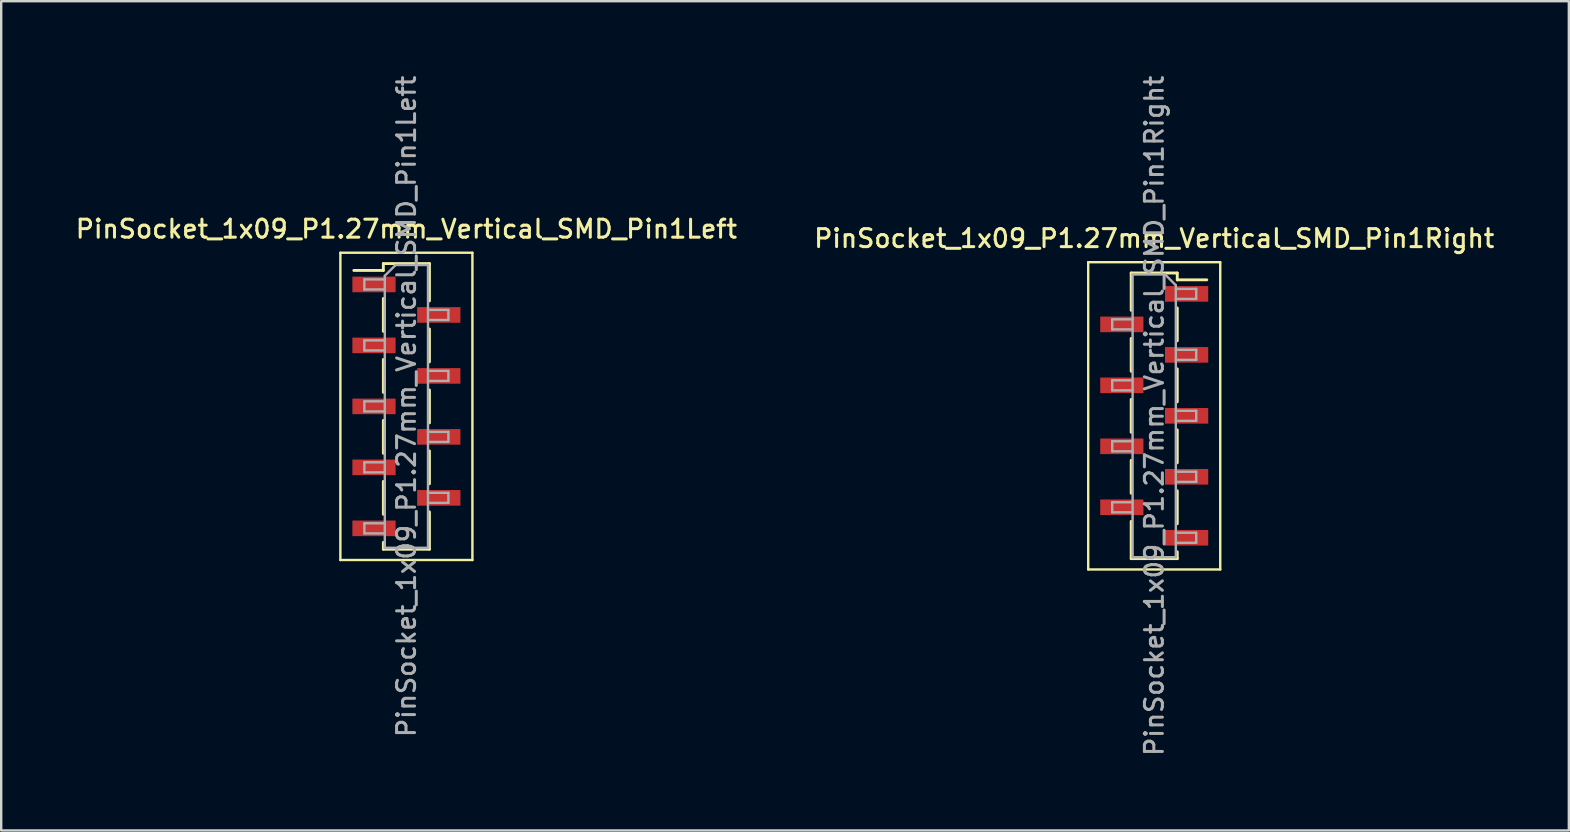
<source format=kicad_pcb>
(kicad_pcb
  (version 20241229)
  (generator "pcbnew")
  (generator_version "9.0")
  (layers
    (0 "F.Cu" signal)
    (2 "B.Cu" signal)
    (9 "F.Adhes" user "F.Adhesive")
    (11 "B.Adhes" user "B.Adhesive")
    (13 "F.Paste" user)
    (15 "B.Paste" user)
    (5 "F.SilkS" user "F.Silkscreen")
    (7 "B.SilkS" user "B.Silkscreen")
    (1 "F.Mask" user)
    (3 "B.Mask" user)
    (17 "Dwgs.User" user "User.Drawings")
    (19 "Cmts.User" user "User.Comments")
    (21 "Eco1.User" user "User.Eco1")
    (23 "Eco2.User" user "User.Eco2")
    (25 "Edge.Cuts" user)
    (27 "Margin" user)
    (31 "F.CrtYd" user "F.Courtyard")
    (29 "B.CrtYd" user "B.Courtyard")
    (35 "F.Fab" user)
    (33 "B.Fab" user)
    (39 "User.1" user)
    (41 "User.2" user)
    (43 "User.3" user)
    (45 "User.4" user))
  (footprint "PinSocket_1x09_P1.27mm_Vertical_SMD_Pin1Left"
    (layer "F.Cu")
    (at 13.88 13.88)
    (property "Reference" "PinSocket_1x09_P1.27mm_Vertical_SMD_Pin1Left" (at 0 -7.39 0) (layer "F.SilkS") (effects (font (size 0.75 0.75) (thickness 0.125))))
    (attr smd)
    (fp_line (start -2.75 -6.4) (end 2.75 -6.4) (stroke (width 0.1) (type solid)) (layer "F.SilkS"))
    (fp_line (start -2.75 6.4) (end -2.75 -6.4) (stroke (width 0.1) (type solid)) (layer "F.SilkS"))
    (fp_line (start -2.19 -5.665) (end -0.96 -5.665) (stroke (width 0.12) (type solid)) (layer "F.SilkS"))
    (fp_line (start -0.96 -5.95) (end -0.96 -5.665) (stroke (width 0.12) (type solid)) (layer "F.SilkS"))
    (fp_line (start -0.96 -5.95) (end 0.96 -5.95) (stroke (width 0.12) (type solid)) (layer "F.SilkS"))
    (fp_line (start -0.96 -4.495) (end -0.96 -3.125) (stroke (width 0.12) (type solid)) (layer "F.SilkS"))
    (fp_line (start -0.96 -1.955) (end -0.96 -0.585) (stroke (width 0.12) (type solid)) (layer "F.SilkS"))
    (fp_line (start -0.96 0.585) (end -0.96 1.955) (stroke (width 0.12) (type solid)) (layer "F.SilkS"))
    (fp_line (start -0.96 3.125) (end -0.96 4.495) (stroke (width 0.12) (type solid)) (layer "F.SilkS"))
    (fp_line (start -0.96 5.665) (end -0.96 5.95) (stroke (width 0.12) (type solid)) (layer "F.SilkS"))
    (fp_line (start -0.96 5.95) (end 0.96 5.95) (stroke (width 0.12) (type solid)) (layer "F.SilkS"))
    (fp_line (start 0.96 -5.95) (end 0.96 -4.395) (stroke (width 0.12) (type solid)) (layer "F.SilkS"))
    (fp_line (start 0.96 -3.225) (end 0.96 -1.855) (stroke (width 0.12) (type solid)) (layer "F.SilkS"))
    (fp_line (start 0.96 -0.685) (end 0.96 0.685) (stroke (width 0.12) (type solid)) (layer "F.SilkS"))
    (fp_line (start 0.96 1.855) (end 0.96 3.225) (stroke (width 0.12) (type solid)) (layer "F.SilkS"))
    (fp_line (start 0.96 4.395) (end 0.96 5.95) (stroke (width 0.12) (type solid)) (layer "F.SilkS"))
    (fp_line (start 2.75 -6.4) (end 2.75 6.4) (stroke (width 0.1) (type solid)) (layer "F.SilkS"))
    (fp_line (start 2.75 6.4) (end -2.75 6.4) (stroke (width 0.1) (type solid)) (layer "F.SilkS"))
    (fp_line (start -1.75 -5.29) (end -0.9 -5.29) (stroke (width 0.1) (type solid)) (layer "F.Fab"))
    (fp_line (start -1.75 -4.87) (end -1.75 -5.29) (stroke (width 0.1) (type solid)) (layer "F.Fab"))
    (fp_line (start -1.75 -2.75) (end -0.9 -2.75) (stroke (width 0.1) (type solid)) (layer "F.Fab"))
    (fp_line (start -1.75 -2.33) (end -1.75 -2.75) (stroke (width 0.1) (type solid)) (layer "F.Fab"))
    (fp_line (start -1.75 -0.21) (end -0.9 -0.21) (stroke (width 0.1) (type solid)) (layer "F.Fab"))
    (fp_line (start -1.75 0.21) (end -1.75 -0.21) (stroke (width 0.1) (type solid)) (layer "F.Fab"))
    (fp_line (start -1.75 2.33) (end -0.9 2.33) (stroke (width 0.1) (type solid)) (layer "F.Fab"))
    (fp_line (start -1.75 2.75) (end -1.75 2.33) (stroke (width 0.1) (type solid)) (layer "F.Fab"))
    (fp_line (start -1.75 4.87) (end -0.9 4.87) (stroke (width 0.1) (type solid)) (layer "F.Fab"))
    (fp_line (start -1.75 5.29) (end -1.75 4.87) (stroke (width 0.1) (type solid)) (layer "F.Fab"))
    (fp_line (start -0.9 -5.44) (end -0.45 -5.89) (stroke (width 0.1) (type solid)) (layer "F.Fab"))
    (fp_line (start -0.9 -4.87) (end -1.75 -4.87) (stroke (width 0.1) (type solid)) (layer "F.Fab"))
    (fp_line (start -0.9 -2.33) (end -1.75 -2.33) (stroke (width 0.1) (type solid)) (layer "F.Fab"))
    (fp_line (start -0.9 0.21) (end -1.75 0.21) (stroke (width 0.1) (type solid)) (layer "F.Fab"))
    (fp_line (start -0.9 2.75) (end -1.75 2.75) (stroke (width 0.1) (type solid)) (layer "F.Fab"))
    (fp_line (start -0.9 5.29) (end -1.75 5.29) (stroke (width 0.1) (type solid)) (layer "F.Fab"))
    (fp_line (start -0.9 5.89) (end -0.9 -5.44) (stroke (width 0.1) (type solid)) (layer "F.Fab"))
    (fp_line (start -0.45 -5.89) (end 0.9 -5.89) (stroke (width 0.1) (type solid)) (layer "F.Fab"))
    (fp_line (start 0.9 -5.89) (end 0.9 5.89) (stroke (width 0.1) (type solid)) (layer "F.Fab"))
    (fp_line (start 0.9 -4.02) (end 1.75 -4.02) (stroke (width 0.1) (type solid)) (layer "F.Fab"))
    (fp_line (start 0.9 -1.48) (end 1.75 -1.48) (stroke (width 0.1) (type solid)) (layer "F.Fab"))
    (fp_line (start 0.9 1.06) (end 1.75 1.06) (stroke (width 0.1) (type solid)) (layer "F.Fab"))
    (fp_line (start 0.9 3.6) (end 1.75 3.6) (stroke (width 0.1) (type solid)) (layer "F.Fab"))
    (fp_line (start 0.9 5.89) (end -0.9 5.89) (stroke (width 0.1) (type solid)) (layer "F.Fab"))
    (fp_line (start 1.75 -4.02) (end 1.75 -3.6) (stroke (width 0.1) (type solid)) (layer "F.Fab"))
    (fp_line (start 1.75 -3.6) (end 0.9 -3.6) (stroke (width 0.1) (type solid)) (layer "F.Fab"))
    (fp_line (start 1.75 -1.48) (end 1.75 -1.06) (stroke (width 0.1) (type solid)) (layer "F.Fab"))
    (fp_line (start 1.75 -1.06) (end 0.9 -1.06) (stroke (width 0.1) (type solid)) (layer "F.Fab"))
    (fp_line (start 1.75 1.06) (end 1.75 1.48) (stroke (width 0.1) (type solid)) (layer "F.Fab"))
    (fp_line (start 1.75 1.48) (end 0.9 1.48) (stroke (width 0.1) (type solid)) (layer "F.Fab"))
    (fp_line (start 1.75 3.6) (end 1.75 4.02) (stroke (width 0.1) (type solid)) (layer "F.Fab"))
    (fp_line (start 1.75 4.02) (end 0.9 4.02) (stroke (width 0.1) (type solid)) (layer "F.Fab"))
    (fp_text user "${REFERENCE}" (at 0 0 90) (layer "F.Fab") (effects (font (size 0.75 0.75) (thickness 0.125))))
    (pad "1" smd rect (at -1.35 -5.08) (size 1.8 0.65) (layers "F.Cu" "F.Mask" "F.Paste"))
    (pad "2" smd rect (at 1.35 -3.81) (size 1.8 0.65) (layers "F.Cu" "F.Mask" "F.Paste"))
    (pad "3" smd rect (at -1.35 -2.54) (size 1.8 0.65) (layers "F.Cu" "F.Mask" "F.Paste"))
    (pad "4" smd rect (at 1.35 -1.27) (size 1.8 0.65) (layers "F.Cu" "F.Mask" "F.Paste"))
    (pad "5" smd rect (at -1.35 0) (size 1.8 0.65) (layers "F.Cu" "F.Mask" "F.Paste"))
    (pad "6" smd rect (at 1.35 1.27) (size 1.8 0.65) (layers "F.Cu" "F.Mask" "F.Paste"))
    (pad "7" smd rect (at -1.35 2.54) (size 1.8 0.65) (layers "F.Cu" "F.Mask" "F.Paste"))
    (pad "8" smd rect (at 1.35 3.81) (size 1.8 0.65) (layers "F.Cu" "F.Mask" "F.Paste"))
    (pad "9" smd rect (at -1.35 5.08) (size 1.8 0.65) (layers "F.Cu" "F.Mask" "F.Paste")))
  (footprint "PinSocket_1x09_P1.27mm_Vertical_SMD_Pin1Right"
    (layer "F.Cu")
    (at 45.034 14.273)
    (property "Reference" "PinSocket_1x09_P1.27mm_Vertical_SMD_Pin1Right" (at 0 -7.39 0) (layer "F.SilkS") (effects (font (size 0.75 0.75) (thickness 0.125))))
    (attr smd)
    (fp_line (start -2.75 -6.4) (end 2.75 -6.4) (stroke (width 0.1) (type solid)) (layer "F.SilkS"))
    (fp_line (start -2.75 6.4) (end -2.75 -6.4) (stroke (width 0.1) (type solid)) (layer "F.SilkS"))
    (fp_line (start -0.96 -5.95) (end -0.96 -4.395) (stroke (width 0.12) (type solid)) (layer "F.SilkS"))
    (fp_line (start -0.96 -5.95) (end 0.96 -5.95) (stroke (width 0.12) (type solid)) (layer "F.SilkS"))
    (fp_line (start -0.96 -3.225) (end -0.96 -1.855) (stroke (width 0.12) (type solid)) (layer "F.SilkS"))
    (fp_line (start -0.96 -0.685) (end -0.96 0.685) (stroke (width 0.12) (type solid)) (layer "F.SilkS"))
    (fp_line (start -0.96 1.855) (end -0.96 3.225) (stroke (width 0.12) (type solid)) (layer "F.SilkS"))
    (fp_line (start -0.96 4.395) (end -0.96 5.95) (stroke (width 0.12) (type solid)) (layer "F.SilkS"))
    (fp_line (start -0.96 5.95) (end 0.96 5.95) (stroke (width 0.12) (type solid)) (layer "F.SilkS"))
    (fp_line (start 0.96 -5.95) (end 0.96 -5.665) (stroke (width 0.12) (type solid)) (layer "F.SilkS"))
    (fp_line (start 0.96 -5.665) (end 2.19 -5.665) (stroke (width 0.12) (type solid)) (layer "F.SilkS"))
    (fp_line (start 0.96 -4.495) (end 0.96 -3.125) (stroke (width 0.12) (type solid)) (layer "F.SilkS"))
    (fp_line (start 0.96 -1.955) (end 0.96 -0.585) (stroke (width 0.12) (type solid)) (layer "F.SilkS"))
    (fp_line (start 0.96 0.585) (end 0.96 1.955) (stroke (width 0.12) (type solid)) (layer "F.SilkS"))
    (fp_line (start 0.96 3.125) (end 0.96 4.495) (stroke (width 0.12) (type solid)) (layer "F.SilkS"))
    (fp_line (start 0.96 5.665) (end 0.96 5.95) (stroke (width 0.12) (type solid)) (layer "F.SilkS"))
    (fp_line (start 2.75 -6.4) (end 2.75 6.4) (stroke (width 0.1) (type solid)) (layer "F.SilkS"))
    (fp_line (start 2.75 6.4) (end -2.75 6.4) (stroke (width 0.1) (type solid)) (layer "F.SilkS"))
    (fp_line (start -1.75 -4.02) (end -0.9 -4.02) (stroke (width 0.1) (type solid)) (layer "F.Fab"))
    (fp_line (start -1.75 -3.6) (end -1.75 -4.02) (stroke (width 0.1) (type solid)) (layer "F.Fab"))
    (fp_line (start -1.75 -1.48) (end -0.9 -1.48) (stroke (width 0.1) (type solid)) (layer "F.Fab"))
    (fp_line (start -1.75 -1.06) (end -1.75 -1.48) (stroke (width 0.1) (type solid)) (layer "F.Fab"))
    (fp_line (start -1.75 1.06) (end -0.9 1.06) (stroke (width 0.1) (type solid)) (layer "F.Fab"))
    (fp_line (start -1.75 1.48) (end -1.75 1.06) (stroke (width 0.1) (type solid)) (layer "F.Fab"))
    (fp_line (start -1.75 3.6) (end -0.9 3.6) (stroke (width 0.1) (type solid)) (layer "F.Fab"))
    (fp_line (start -1.75 4.02) (end -1.75 3.6) (stroke (width 0.1) (type solid)) (layer "F.Fab"))
    (fp_line (start -0.9 -5.89) (end 0.45 -5.89) (stroke (width 0.1) (type solid)) (layer "F.Fab"))
    (fp_line (start -0.9 -3.6) (end -1.75 -3.6) (stroke (width 0.1) (type solid)) (layer "F.Fab"))
    (fp_line (start -0.9 -1.06) (end -1.75 -1.06) (stroke (width 0.1) (type solid)) (layer "F.Fab"))
    (fp_line (start -0.9 1.48) (end -1.75 1.48) (stroke (width 0.1) (type solid)) (layer "F.Fab"))
    (fp_line (start -0.9 4.02) (end -1.75 4.02) (stroke (width 0.1) (type solid)) (layer "F.Fab"))
    (fp_line (start -0.9 5.89) (end -0.9 -5.89) (stroke (width 0.1) (type solid)) (layer "F.Fab"))
    (fp_line (start 0.45 -5.89) (end 0.9 -5.44) (stroke (width 0.1) (type solid)) (layer "F.Fab"))
    (fp_line (start 0.9 -5.44) (end 0.9 5.89) (stroke (width 0.1) (type solid)) (layer "F.Fab"))
    (fp_line (start 0.9 -5.29) (end 1.75 -5.29) (stroke (width 0.1) (type solid)) (layer "F.Fab"))
    (fp_line (start 0.9 -2.75) (end 1.75 -2.75) (stroke (width 0.1) (type solid)) (layer "F.Fab"))
    (fp_line (start 0.9 -0.21) (end 1.75 -0.21) (stroke (width 0.1) (type solid)) (layer "F.Fab"))
    (fp_line (start 0.9 2.33) (end 1.75 2.33) (stroke (width 0.1) (type solid)) (layer "F.Fab"))
    (fp_line (start 0.9 4.87) (end 1.75 4.87) (stroke (width 0.1) (type solid)) (layer "F.Fab"))
    (fp_line (start 0.9 5.89) (end -0.9 5.89) (stroke (width 0.1) (type solid)) (layer "F.Fab"))
    (fp_line (start 1.75 -5.29) (end 1.75 -4.87) (stroke (width 0.1) (type solid)) (layer "F.Fab"))
    (fp_line (start 1.75 -4.87) (end 0.9 -4.87) (stroke (width 0.1) (type solid)) (layer "F.Fab"))
    (fp_line (start 1.75 -2.75) (end 1.75 -2.33) (stroke (width 0.1) (type solid)) (layer "F.Fab"))
    (fp_line (start 1.75 -2.33) (end 0.9 -2.33) (stroke (width 0.1) (type solid)) (layer "F.Fab"))
    (fp_line (start 1.75 -0.21) (end 1.75 0.21) (stroke (width 0.1) (type solid)) (layer "F.Fab"))
    (fp_line (start 1.75 0.21) (end 0.9 0.21) (stroke (width 0.1) (type solid)) (layer "F.Fab"))
    (fp_line (start 1.75 2.33) (end 1.75 2.75) (stroke (width 0.1) (type solid)) (layer "F.Fab"))
    (fp_line (start 1.75 2.75) (end 0.9 2.75) (stroke (width 0.1) (type solid)) (layer "F.Fab"))
    (fp_line (start 1.75 4.87) (end 1.75 5.29) (stroke (width 0.1) (type solid)) (layer "F.Fab"))
    (fp_line (start 1.75 5.29) (end 0.9 5.29) (stroke (width 0.1) (type solid)) (layer "F.Fab"))
    (fp_text user "${REFERENCE}" (at 0 0 90) (layer "F.Fab") (effects (font (size 0.75 0.75) (thickness 0.125))))
    (pad "1" smd rect (at 1.35 -5.08) (size 1.8 0.65) (layers "F.Cu" "F.Mask" "F.Paste"))
    (pad "2" smd rect (at -1.35 -3.81) (size 1.8 0.65) (layers "F.Cu" "F.Mask" "F.Paste"))
    (pad "3" smd rect (at 1.35 -2.54) (size 1.8 0.65) (layers "F.Cu" "F.Mask" "F.Paste"))
    (pad "4" smd rect (at -1.35 -1.27) (size 1.8 0.65) (layers "F.Cu" "F.Mask" "F.Paste"))
    (pad "5" smd rect (at 1.35 0) (size 1.8 0.65) (layers "F.Cu" "F.Mask" "F.Paste"))
    (pad "6" smd rect (at -1.35 1.27) (size 1.8 0.65) (layers "F.Cu" "F.Mask" "F.Paste"))
    (pad "7" smd rect (at 1.35 2.54) (size 1.8 0.65) (layers "F.Cu" "F.Mask" "F.Paste"))
    (pad "8" smd rect (at -1.35 3.81) (size 1.8 0.65) (layers "F.Cu" "F.Mask" "F.Paste"))
    (pad "9" smd rect (at 1.35 5.08) (size 1.8 0.65) (layers "F.Cu" "F.Mask" "F.Paste")))
  (gr_rect
    (start -3 -3)
    (end 62.307 31.546)
    (stroke (width 0.1) (type default))
    (fill no)
    (layer "Edge.Cuts")))
</source>
